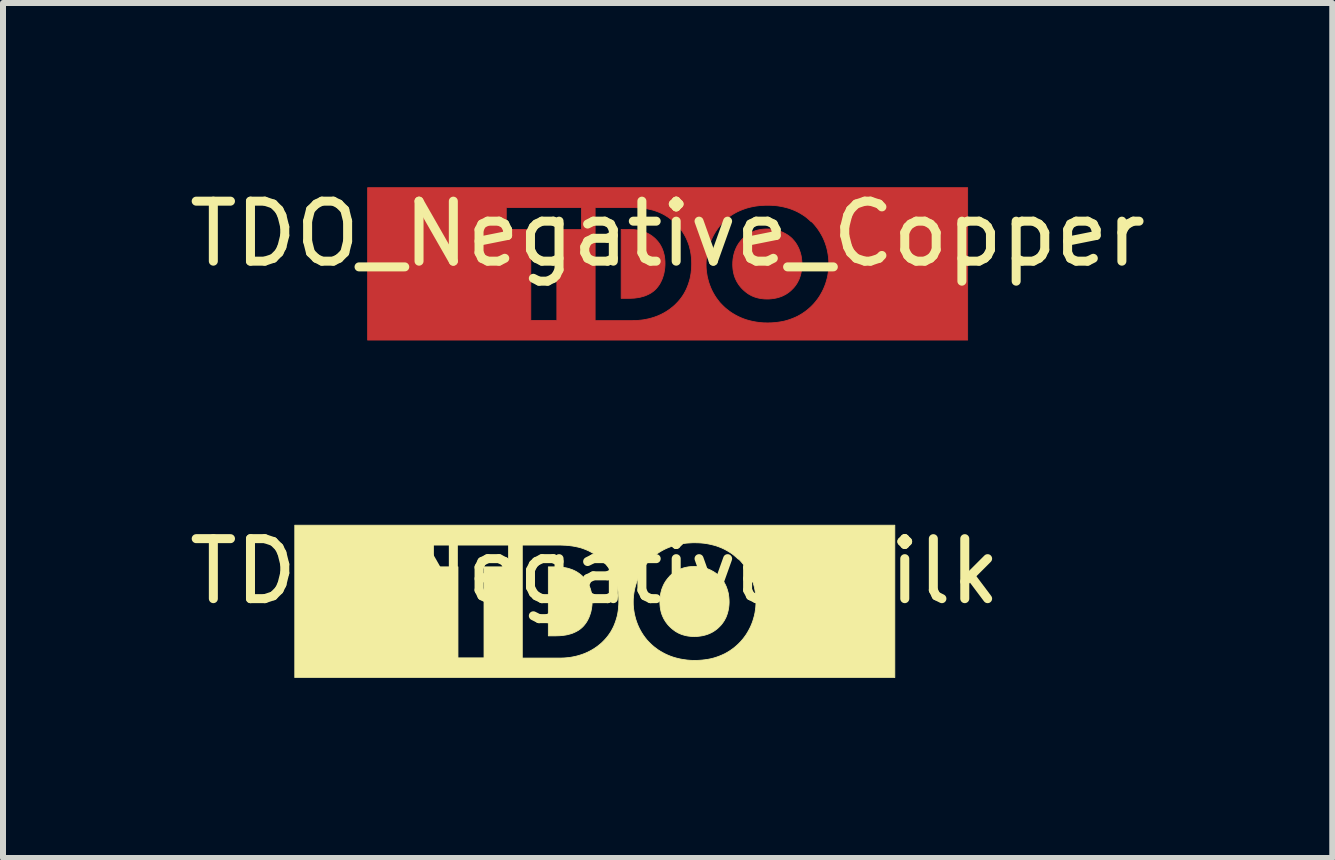
<source format=kicad_pcb>
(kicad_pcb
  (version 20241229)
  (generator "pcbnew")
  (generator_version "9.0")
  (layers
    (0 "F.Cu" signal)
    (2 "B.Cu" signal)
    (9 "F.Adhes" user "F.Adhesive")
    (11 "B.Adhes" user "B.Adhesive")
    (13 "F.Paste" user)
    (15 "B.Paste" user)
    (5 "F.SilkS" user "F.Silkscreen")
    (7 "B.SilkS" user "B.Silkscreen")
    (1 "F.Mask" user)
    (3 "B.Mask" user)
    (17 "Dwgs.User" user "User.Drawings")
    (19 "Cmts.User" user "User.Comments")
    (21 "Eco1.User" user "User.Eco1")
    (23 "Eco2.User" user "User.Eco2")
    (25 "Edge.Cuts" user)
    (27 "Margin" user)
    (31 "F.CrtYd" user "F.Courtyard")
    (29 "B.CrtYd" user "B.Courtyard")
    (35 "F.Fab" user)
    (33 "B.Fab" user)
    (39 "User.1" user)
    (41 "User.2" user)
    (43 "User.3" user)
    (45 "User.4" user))
  (footprint "TDO_Negative_Copper"
    (layer "F.Cu")
    (at 8.077 1.348)
    (property "Reference" "TDO_Negative_Copper" (at 0 -0.5 0) (unlocked yes) (layer "F.SilkS") (effects (font (size 1 1) (thickness 0.15))))
    (fp_poly (pts (xy -0.605 -0.574) (xy -0.577 -0.572) (xy -0.549 -0.57) (xy -0.52 -0.566) (xy -0.49 -0.561) (xy -0.461 -0.555) (xy -0.431 -0.547) (xy -0.401 -0.537) (xy -0.37 -0.526) (xy -0.341 -0.513) (xy -0.311 -0.498) (xy -0.282 -0.48) (xy -0.253 -0.46) (xy -0.226 -0.438) (xy -0.212 -0.426) (xy -0.199 -0.413) (xy -0.185 -0.398) (xy -0.171 -0.383) (xy -0.157 -0.366) (xy -0.143 -0.347) (xy -0.13 -0.328) (xy -0.117 -0.307) (xy -0.105 -0.284) (xy -0.093 -0.26) (xy -0.083 -0.235) (xy -0.073 -0.207) (xy -0.065 -0.178) (xy -0.057 -0.148) (xy -0.051 -0.115) (xy -0.047 -0.081) (xy -0.044 -0.045) (xy -0.043 -0.007) (xy -0.044 0.031) (xy -0.047 0.069) (xy -0.052 0.105) (xy -0.058 0.14) (xy -0.065 0.174) (xy -0.075 0.206) (xy -0.085 0.237) (xy -0.097 0.267) (xy -0.11 0.295) (xy -0.124 0.322) (xy -0.139 0.347) (xy -0.155 0.37) (xy -0.172 0.392) (xy -0.19 0.413) (xy -0.208 0.431) (xy -0.227 0.448) (xy -0.24 0.459) (xy -0.254 0.469) (xy -0.268 0.479) (xy -0.282 0.488) (xy -0.297 0.496) (xy -0.311 0.504) (xy -0.341 0.518) (xy -0.371 0.531) (xy -0.401 0.541) (xy -0.431 0.549) (xy -0.461 0.557) (xy -0.49 0.562) (xy -0.518 0.566) (xy -0.545 0.57) (xy -0.571 0.572) (xy -0.618 0.574) (xy -0.657 0.575) (xy -0.774 0.575) (xy -0.774 -0.575) (xy -0.657 -0.575)) (stroke (width 0.013) (type solid)) (fill yes) (layer "F.Cu"))
    (fp_poly (pts (xy 1.693 -0.581) (xy 1.724 -0.579) (xy 1.755 -0.575) (xy 1.786 -0.57) (xy 1.815 -0.563) (xy 1.844 -0.555) (xy 1.872 -0.546) (xy 1.899 -0.535) (xy 1.925 -0.524) (xy 1.95 -0.511) (xy 1.974 -0.498) (xy 1.997 -0.484) (xy 2.019 -0.469) (xy 2.04 -0.453) (xy 2.059 -0.437) (xy 2.077 -0.42) (xy 2.092 -0.403) (xy 2.108 -0.385) (xy 2.123 -0.366) (xy 2.138 -0.345) (xy 2.152 -0.323) (xy 2.165 -0.3) (xy 2.178 -0.275) (xy 2.19 -0.249) (xy 2.2 -0.222) (xy 2.21 -0.193) (xy 2.218 -0.164) (xy 2.226 -0.133) (xy 2.231 -0.1) (xy 2.235 -0.067) (xy 2.238 -0.032) (xy 2.239 0.004) (xy 2.239 0.023) (xy 2.238 0.043) (xy 2.237 0.062) (xy 2.235 0.08) (xy 2.233 0.099) (xy 2.23 0.116) (xy 2.227 0.133) (xy 2.224 0.15) (xy 2.22 0.166) (xy 2.216 0.182) (xy 2.212 0.197) (xy 2.207 0.212) (xy 2.197 0.241) (xy 2.186 0.268) (xy 2.173 0.293) (xy 2.161 0.316) (xy 2.147 0.338) (xy 2.133 0.358) (xy 2.119 0.377) (xy 2.105 0.394) (xy 2.091 0.409) (xy 2.077 0.423) (xy 2.06 0.44) (xy 2.041 0.457) (xy 2.022 0.472) (xy 2.001 0.487) (xy 1.979 0.502) (xy 1.956 0.515) (xy 1.932 0.527) (xy 1.907 0.539) (xy 1.88 0.549) (xy 1.853 0.558) (xy 1.824 0.566) (xy 1.793 0.573) (xy 1.762 0.578) (xy 1.729 0.582) (xy 1.696 0.585) (xy 1.66 0.586) (xy 1.633 0.585) (xy 1.607 0.584) (xy 1.58 0.581) (xy 1.553 0.578) (xy 1.527 0.573) (xy 1.501 0.567) (xy 1.476 0.56) (xy 1.45 0.552) (xy 1.425 0.542) (xy 1.4 0.531) (xy 1.376 0.518) (xy 1.351 0.504) (xy 1.328 0.488) (xy 1.304 0.47) (xy 1.281 0.451) (xy 1.258 0.43) (xy 1.237 0.409) (xy 1.217 0.387) (xy 1.199 0.364) (xy 1.182 0.341) (xy 1.167 0.317) (xy 1.152 0.292) (xy 1.14 0.267) (xy 1.128 0.241) (xy 1.118 0.215) (xy 1.109 0.187) (xy 1.102 0.159) (xy 1.096 0.13) (xy 1.091 0.101) (xy 1.088 0.07) (xy 1.086 0.039) (xy 1.085 0.007) (xy 1.086 -0.012) (xy 1.086 -0.031) (xy 1.088 -0.05) (xy 1.089 -0.068) (xy 1.091 -0.086) (xy 1.094 -0.103) (xy 1.097 -0.12) (xy 1.1 -0.137) (xy 1.108 -0.169) (xy 1.116 -0.199) (xy 1.127 -0.228) (xy 1.138 -0.255) (xy 1.15 -0.281) (xy 1.163 -0.306) (xy 1.177 -0.328) (xy 1.191 -0.35) (xy 1.206 -0.369) (xy 1.221 -0.388) (xy 1.236 -0.405) (xy 1.251 -0.42) (xy 1.248 -0.42) (xy 1.267 -0.438) (xy 1.288 -0.456) (xy 1.309 -0.473) (xy 1.331 -0.488) (xy 1.354 -0.503) (xy 1.378 -0.516) (xy 1.402 -0.528) (xy 1.428 -0.539) (xy 1.454 -0.549) (xy 1.481 -0.558) (xy 1.509 -0.565) (xy 1.537 -0.571) (xy 1.567 -0.576) (xy 1.597 -0.579) (xy 1.628 -0.581) (xy 1.66 -0.582)) (stroke (width 0.013) (type solid)) (fill yes) (layer "F.Cu"))
    (fp_poly (pts (xy 5.001 1.27) (xy -5 1.27) (xy -5 0.945) (xy -1.208 0.945) (xy -0.597 0.945) (xy -0.532 0.944) (xy -0.494 0.942) (xy -0.453 0.938) (xy -0.409 0.933) (xy -0.364 0.925) (xy -0.316 0.915) (xy -0.267 0.902) (xy -0.216 0.886) (xy -0.165 0.867) (xy -0.113 0.844) (xy -0.061 0.817) (xy -0.009 0.786) (xy 0.043 0.75) (xy 0.094 0.709) (xy 0.119 0.687) (xy 0.143 0.663) (xy 0.172 0.633) (xy 0.199 0.602) (xy 0.225 0.569) (xy 0.249 0.535) (xy 0.272 0.499) (xy 0.293 0.461) (xy 0.313 0.422) (xy 0.33 0.381) (xy 0.346 0.339) (xy 0.36 0.295) (xy 0.373 0.25) (xy 0.383 0.202) (xy 0.391 0.153) (xy 0.396 0.103) (xy 0.4 0.051) (xy 0.401 0.011) (xy 0.641 0.011) (xy 0.642 0.062) (xy 0.646 0.113) (xy 0.653 0.163) (xy 0.661 0.212) (xy 0.673 0.26) (xy 0.686 0.308) (xy 0.702 0.354) (xy 0.72 0.4) (xy 0.74 0.444) (xy 0.762 0.486) (xy 0.786 0.527) (xy 0.812 0.567) (xy 0.84 0.605) (xy 0.869 0.642) (xy 0.901 0.676) (xy 0.934 0.709) (xy 0.961 0.734) (xy 0.991 0.759) (xy 1.024 0.784) (xy 1.058 0.809) (xy 1.095 0.832) (xy 1.135 0.855) (xy 1.177 0.877) (xy 1.221 0.897) (xy 1.268 0.916) (xy 1.318 0.933) (xy 1.369 0.947) (xy 1.424 0.96) (xy 1.481 0.97) (xy 1.54 0.978) (xy 1.603 0.983) (xy 1.667 0.984) (xy 1.725 0.983) (xy 1.782 0.979) (xy 1.836 0.973) (xy 1.889 0.965) (xy 1.94 0.955) (xy 1.989 0.942) (xy 2.036 0.927) (xy 2.082 0.91) (xy 2.127 0.891) (xy 2.17 0.871) (xy 2.211 0.848) (xy 2.25 0.824) (xy 2.289 0.797) (xy 2.325 0.77) (xy 2.36 0.74) (xy 2.394 0.709) (xy 2.431 0.671) (xy 2.465 0.632) (xy 2.496 0.592) (xy 2.525 0.551) (xy 2.551 0.508) (xy 2.575 0.465) (xy 2.597 0.421) (xy 2.616 0.376) (xy 2.633 0.331) (xy 2.647 0.285) (xy 2.66 0.238) (xy 2.67 0.192) (xy 2.677 0.145) (xy 2.683 0.098) (xy 2.686 0.051) (xy 2.687 0.004) (xy 2.686 -0.051) (xy 2.682 -0.104) (xy 2.675 -0.156) (xy 2.666 -0.207) (xy 2.655 -0.257) (xy 2.641 -0.305) (xy 2.625 -0.352) (xy 2.607 -0.398) (xy 2.587 -0.442) (xy 2.564 -0.485) (xy 2.54 -0.526) (xy 2.514 -0.566) (xy 2.487 -0.604) (xy 2.457 -0.641) (xy 2.427 -0.676) (xy 2.394 -0.709) (xy 2.394 -0.702) (xy 2.358 -0.735) (xy 2.321 -0.767) (xy 2.283 -0.796) (xy 2.243 -0.822) (xy 2.202 -0.847) (xy 2.159 -0.87) (xy 2.116 -0.89) (xy 2.071 -0.908) (xy 2.024 -0.925) (xy 1.977 -0.938) (xy 1.928 -0.95) (xy 1.878 -0.96) (xy 1.827 -0.968) (xy 1.775 -0.973) (xy 1.722 -0.976) (xy 1.667 -0.977) (xy 1.633 -0.977) (xy 1.598 -0.975) (xy 1.565 -0.973) (xy 1.533 -0.971) (xy 1.501 -0.967) (xy 1.47 -0.963) (xy 1.44 -0.958) (xy 1.411 -0.952) (xy 1.382 -0.946) (xy 1.355 -0.939) (xy 1.328 -0.932) (xy 1.302 -0.924) (xy 1.252 -0.906) (xy 1.205 -0.887) (xy 1.161 -0.867) (xy 1.12 -0.845) (xy 1.081 -0.822) (xy 1.046 -0.799) (xy 1.013 -0.775) (xy 0.983 -0.75) (xy 0.955 -0.726) (xy 0.93 -0.702) (xy 0.899 -0.669) (xy 0.869 -0.634) (xy 0.841 -0.597) (xy 0.814 -0.558) (xy 0.788 -0.517) (xy 0.764 -0.475) (xy 0.742 -0.431) (xy 0.722 -0.385) (xy 0.704 -0.339) (xy 0.688 -0.291) (xy 0.674 -0.243) (xy 0.662 -0.193) (xy 0.653 -0.143) (xy 0.646 -0.092) (xy 0.642 -0.041) (xy 0.641 0.011) (xy 0.401 0.011) (xy 0.401 -0.004) (xy 0.4 -0.058) (xy 0.396 -0.11) (xy 0.39 -0.161) (xy 0.382 -0.21) (xy 0.371 -0.257) (xy 0.359 -0.303) (xy 0.344 -0.347) (xy 0.327 -0.389) (xy 0.309 -0.43) (xy 0.288 -0.47) (xy 0.266 -0.508) (xy 0.242 -0.545) (xy 0.216 -0.58) (xy 0.189 -0.614) (xy 0.16 -0.646) (xy 0.129 -0.677) (xy 0.086 -0.717) (xy 0.042 -0.753) (xy -0.003 -0.785) (xy -0.048 -0.813) (xy -0.094 -0.838) (xy -0.141 -0.859) (xy -0.187 -0.877) (xy -0.234 -0.893) (xy -0.282 -0.905) (xy -0.329 -0.915) (xy -0.376 -0.923) (xy -0.424 -0.929) (xy -0.471 -0.934) (xy -0.518 -0.936) (xy -0.565 -0.938) (xy -0.611 -0.938) (xy -1.208 -0.938) (xy -1.208 0.945) (xy -5 0.945) (xy -5 -0.575) (xy -2.689 -0.575) (xy -2.28 -0.575) (xy -2.28 0.942) (xy -1.846 0.942) (xy -1.846 -0.575) (xy -1.437 -0.575) (xy -1.437 -0.938) (xy -2.689 -0.938) (xy -2.689 -0.575) (xy -5 -0.575) (xy -5 -1.27) (xy 5.001 -1.27)) (stroke (width 0.013) (type solid)) (fill yes) (layer "F.Cu")))
  (footprint "TDO_Negative_Silk"
    (layer "F.Cu")
    (at 6.863 6.973)
    (property "Reference" "TDO_Negative_Silk" (at 0 -0.5 0) (unlocked yes) (layer "F.SilkS") (effects (font (size 1 1) (thickness 0.15))))
    (fp_poly (pts (xy -0.605 -0.574) (xy -0.577 -0.572) (xy -0.549 -0.57) (xy -0.52 -0.566) (xy -0.49 -0.561) (xy -0.461 -0.555) (xy -0.431 -0.547) (xy -0.401 -0.537) (xy -0.37 -0.526) (xy -0.341 -0.513) (xy -0.311 -0.498) (xy -0.282 -0.48) (xy -0.253 -0.46) (xy -0.226 -0.438) (xy -0.212 -0.426) (xy -0.199 -0.413) (xy -0.185 -0.398) (xy -0.171 -0.383) (xy -0.157 -0.366) (xy -0.143 -0.347) (xy -0.13 -0.328) (xy -0.117 -0.307) (xy -0.105 -0.284) (xy -0.093 -0.26) (xy -0.083 -0.235) (xy -0.073 -0.207) (xy -0.065 -0.178) (xy -0.057 -0.148) (xy -0.051 -0.115) (xy -0.047 -0.081) (xy -0.044 -0.045) (xy -0.043 -0.007) (xy -0.044 0.031) (xy -0.047 0.069) (xy -0.052 0.105) (xy -0.058 0.14) (xy -0.065 0.174) (xy -0.075 0.206) (xy -0.085 0.237) (xy -0.097 0.267) (xy -0.11 0.295) (xy -0.124 0.322) (xy -0.139 0.347) (xy -0.155 0.37) (xy -0.172 0.392) (xy -0.19 0.413) (xy -0.208 0.431) (xy -0.227 0.448) (xy -0.24 0.459) (xy -0.254 0.469) (xy -0.268 0.479) (xy -0.282 0.488) (xy -0.297 0.496) (xy -0.311 0.504) (xy -0.341 0.518) (xy -0.371 0.531) (xy -0.401 0.541) (xy -0.431 0.549) (xy -0.461 0.557) (xy -0.49 0.562) (xy -0.518 0.566) (xy -0.545 0.57) (xy -0.571 0.572) (xy -0.618 0.574) (xy -0.657 0.575) (xy -0.774 0.575) (xy -0.774 -0.575) (xy -0.657 -0.575)) (stroke (width 0.013) (type solid)) (fill yes) (layer "F.SilkS"))
    (fp_poly (pts (xy 1.693 -0.581) (xy 1.724 -0.579) (xy 1.755 -0.575) (xy 1.786 -0.57) (xy 1.815 -0.563) (xy 1.844 -0.555) (xy 1.872 -0.546) (xy 1.899 -0.535) (xy 1.925 -0.524) (xy 1.95 -0.511) (xy 1.974 -0.498) (xy 1.997 -0.484) (xy 2.019 -0.469) (xy 2.04 -0.453) (xy 2.059 -0.437) (xy 2.077 -0.42) (xy 2.092 -0.403) (xy 2.108 -0.385) (xy 2.123 -0.366) (xy 2.138 -0.345) (xy 2.152 -0.323) (xy 2.165 -0.3) (xy 2.178 -0.275) (xy 2.19 -0.249) (xy 2.2 -0.222) (xy 2.21 -0.193) (xy 2.218 -0.164) (xy 2.226 -0.133) (xy 2.231 -0.1) (xy 2.235 -0.067) (xy 2.238 -0.032) (xy 2.239 0.004) (xy 2.239 0.023) (xy 2.238 0.043) (xy 2.237 0.062) (xy 2.235 0.08) (xy 2.233 0.099) (xy 2.23 0.116) (xy 2.227 0.133) (xy 2.224 0.15) (xy 2.22 0.166) (xy 2.216 0.182) (xy 2.212 0.197) (xy 2.207 0.212) (xy 2.197 0.241) (xy 2.186 0.268) (xy 2.173 0.293) (xy 2.161 0.316) (xy 2.147 0.338) (xy 2.133 0.358) (xy 2.119 0.377) (xy 2.105 0.394) (xy 2.091 0.409) (xy 2.077 0.423) (xy 2.06 0.44) (xy 2.041 0.457) (xy 2.022 0.472) (xy 2.001 0.487) (xy 1.979 0.502) (xy 1.956 0.515) (xy 1.932 0.527) (xy 1.907 0.539) (xy 1.88 0.549) (xy 1.853 0.558) (xy 1.824 0.566) (xy 1.793 0.573) (xy 1.762 0.578) (xy 1.729 0.582) (xy 1.696 0.585) (xy 1.66 0.586) (xy 1.633 0.585) (xy 1.607 0.584) (xy 1.58 0.581) (xy 1.553 0.578) (xy 1.527 0.573) (xy 1.501 0.567) (xy 1.476 0.56) (xy 1.45 0.552) (xy 1.425 0.542) (xy 1.4 0.531) (xy 1.376 0.518) (xy 1.351 0.504) (xy 1.328 0.488) (xy 1.304 0.47) (xy 1.281 0.451) (xy 1.258 0.43) (xy 1.237 0.409) (xy 1.217 0.387) (xy 1.199 0.364) (xy 1.182 0.341) (xy 1.167 0.317) (xy 1.152 0.292) (xy 1.14 0.267) (xy 1.128 0.241) (xy 1.118 0.215) (xy 1.109 0.187) (xy 1.102 0.159) (xy 1.096 0.13) (xy 1.091 0.101) (xy 1.088 0.07) (xy 1.086 0.039) (xy 1.085 0.007) (xy 1.086 -0.012) (xy 1.086 -0.031) (xy 1.088 -0.05) (xy 1.089 -0.068) (xy 1.091 -0.086) (xy 1.094 -0.103) (xy 1.097 -0.12) (xy 1.1 -0.137) (xy 1.108 -0.169) (xy 1.116 -0.199) (xy 1.127 -0.228) (xy 1.138 -0.255) (xy 1.15 -0.281) (xy 1.163 -0.306) (xy 1.177 -0.328) (xy 1.191 -0.35) (xy 1.206 -0.369) (xy 1.221 -0.388) (xy 1.236 -0.405) (xy 1.251 -0.42) (xy 1.248 -0.42) (xy 1.267 -0.438) (xy 1.288 -0.456) (xy 1.309 -0.473) (xy 1.331 -0.488) (xy 1.354 -0.503) (xy 1.378 -0.516) (xy 1.402 -0.528) (xy 1.428 -0.539) (xy 1.454 -0.549) (xy 1.481 -0.558) (xy 1.509 -0.565) (xy 1.537 -0.571) (xy 1.567 -0.576) (xy 1.597 -0.579) (xy 1.628 -0.581) (xy 1.66 -0.582)) (stroke (width 0.013) (type solid)) (fill yes) (layer "F.SilkS"))
    (fp_poly (pts (xy 5.001 1.27) (xy -5 1.27) (xy -5 0.945) (xy -1.208 0.945) (xy -0.597 0.945) (xy -0.532 0.944) (xy -0.494 0.942) (xy -0.453 0.938) (xy -0.409 0.933) (xy -0.364 0.925) (xy -0.316 0.915) (xy -0.267 0.902) (xy -0.216 0.886) (xy -0.165 0.867) (xy -0.113 0.844) (xy -0.061 0.817) (xy -0.009 0.786) (xy 0.043 0.75) (xy 0.094 0.709) (xy 0.119 0.687) (xy 0.143 0.663) (xy 0.172 0.633) (xy 0.199 0.602) (xy 0.225 0.569) (xy 0.249 0.535) (xy 0.272 0.499) (xy 0.293 0.461) (xy 0.313 0.422) (xy 0.33 0.381) (xy 0.346 0.339) (xy 0.36 0.295) (xy 0.373 0.25) (xy 0.383 0.202) (xy 0.391 0.153) (xy 0.396 0.103) (xy 0.4 0.051) (xy 0.401 0.011) (xy 0.641 0.011) (xy 0.642 0.062) (xy 0.646 0.113) (xy 0.653 0.163) (xy 0.661 0.212) (xy 0.673 0.26) (xy 0.686 0.308) (xy 0.702 0.354) (xy 0.72 0.4) (xy 0.74 0.444) (xy 0.762 0.486) (xy 0.786 0.527) (xy 0.812 0.567) (xy 0.84 0.605) (xy 0.869 0.642) (xy 0.901 0.676) (xy 0.934 0.709) (xy 0.961 0.734) (xy 0.991 0.759) (xy 1.024 0.784) (xy 1.058 0.809) (xy 1.095 0.832) (xy 1.135 0.855) (xy 1.177 0.877) (xy 1.221 0.897) (xy 1.268 0.916) (xy 1.318 0.933) (xy 1.369 0.947) (xy 1.424 0.96) (xy 1.481 0.97) (xy 1.54 0.978) (xy 1.603 0.983) (xy 1.667 0.984) (xy 1.725 0.983) (xy 1.782 0.979) (xy 1.836 0.973) (xy 1.889 0.965) (xy 1.94 0.955) (xy 1.989 0.942) (xy 2.036 0.927) (xy 2.082 0.91) (xy 2.127 0.891) (xy 2.17 0.871) (xy 2.211 0.848) (xy 2.25 0.824) (xy 2.289 0.797) (xy 2.325 0.77) (xy 2.36 0.74) (xy 2.394 0.709) (xy 2.431 0.671) (xy 2.465 0.632) (xy 2.496 0.592) (xy 2.525 0.551) (xy 2.551 0.508) (xy 2.575 0.465) (xy 2.597 0.421) (xy 2.616 0.376) (xy 2.633 0.331) (xy 2.647 0.285) (xy 2.66 0.238) (xy 2.67 0.192) (xy 2.677 0.145) (xy 2.683 0.098) (xy 2.686 0.051) (xy 2.687 0.004) (xy 2.686 -0.051) (xy 2.682 -0.104) (xy 2.675 -0.156) (xy 2.666 -0.207) (xy 2.655 -0.257) (xy 2.641 -0.305) (xy 2.625 -0.352) (xy 2.607 -0.398) (xy 2.587 -0.442) (xy 2.564 -0.485) (xy 2.54 -0.526) (xy 2.514 -0.566) (xy 2.487 -0.604) (xy 2.457 -0.641) (xy 2.427 -0.676) (xy 2.394 -0.709) (xy 2.394 -0.702) (xy 2.358 -0.735) (xy 2.321 -0.767) (xy 2.283 -0.796) (xy 2.243 -0.822) (xy 2.202 -0.847) (xy 2.159 -0.87) (xy 2.116 -0.89) (xy 2.071 -0.908) (xy 2.024 -0.925) (xy 1.977 -0.938) (xy 1.928 -0.95) (xy 1.878 -0.96) (xy 1.827 -0.968) (xy 1.775 -0.973) (xy 1.722 -0.976) (xy 1.667 -0.977) (xy 1.633 -0.977) (xy 1.598 -0.975) (xy 1.565 -0.973) (xy 1.533 -0.971) (xy 1.501 -0.967) (xy 1.47 -0.963) (xy 1.44 -0.958) (xy 1.411 -0.952) (xy 1.382 -0.946) (xy 1.355 -0.939) (xy 1.328 -0.932) (xy 1.302 -0.924) (xy 1.252 -0.906) (xy 1.205 -0.887) (xy 1.161 -0.867) (xy 1.12 -0.845) (xy 1.081 -0.822) (xy 1.046 -0.799) (xy 1.013 -0.775) (xy 0.983 -0.75) (xy 0.955 -0.726) (xy 0.93 -0.702) (xy 0.899 -0.669) (xy 0.869 -0.634) (xy 0.841 -0.597) (xy 0.814 -0.558) (xy 0.788 -0.517) (xy 0.764 -0.475) (xy 0.742 -0.431) (xy 0.722 -0.385) (xy 0.704 -0.339) (xy 0.688 -0.291) (xy 0.674 -0.243) (xy 0.662 -0.193) (xy 0.653 -0.143) (xy 0.646 -0.092) (xy 0.642 -0.041) (xy 0.641 0.011) (xy 0.401 0.011) (xy 0.401 -0.004) (xy 0.4 -0.058) (xy 0.396 -0.11) (xy 0.39 -0.161) (xy 0.382 -0.21) (xy 0.371 -0.257) (xy 0.359 -0.303) (xy 0.344 -0.347) (xy 0.327 -0.389) (xy 0.309 -0.43) (xy 0.288 -0.47) (xy 0.266 -0.508) (xy 0.242 -0.545) (xy 0.216 -0.58) (xy 0.189 -0.614) (xy 0.16 -0.646) (xy 0.129 -0.677) (xy 0.086 -0.717) (xy 0.042 -0.753) (xy -0.003 -0.785) (xy -0.048 -0.813) (xy -0.094 -0.838) (xy -0.141 -0.859) (xy -0.187 -0.877) (xy -0.234 -0.893) (xy -0.282 -0.905) (xy -0.329 -0.915) (xy -0.376 -0.923) (xy -0.424 -0.929) (xy -0.471 -0.934) (xy -0.518 -0.936) (xy -0.565 -0.938) (xy -0.611 -0.938) (xy -1.208 -0.938) (xy -1.208 0.945) (xy -5 0.945) (xy -5 -0.575) (xy -2.689 -0.575) (xy -2.28 -0.575) (xy -2.28 0.942) (xy -1.846 0.942) (xy -1.846 -0.575) (xy -1.437 -0.575) (xy -1.437 -0.938) (xy -2.689 -0.938) (xy -2.689 -0.575) (xy -5 -0.575) (xy -5 -1.27) (xy 5.001 -1.27)) (stroke (width 0.013) (type solid)) (fill yes) (layer "F.SilkS")))
  (gr_rect
    (start -3 -3)
    (end 19.155 11.25)
    (stroke (width 0.1) (type default))
    (fill no)
    (layer "Edge.Cuts")))
</source>
